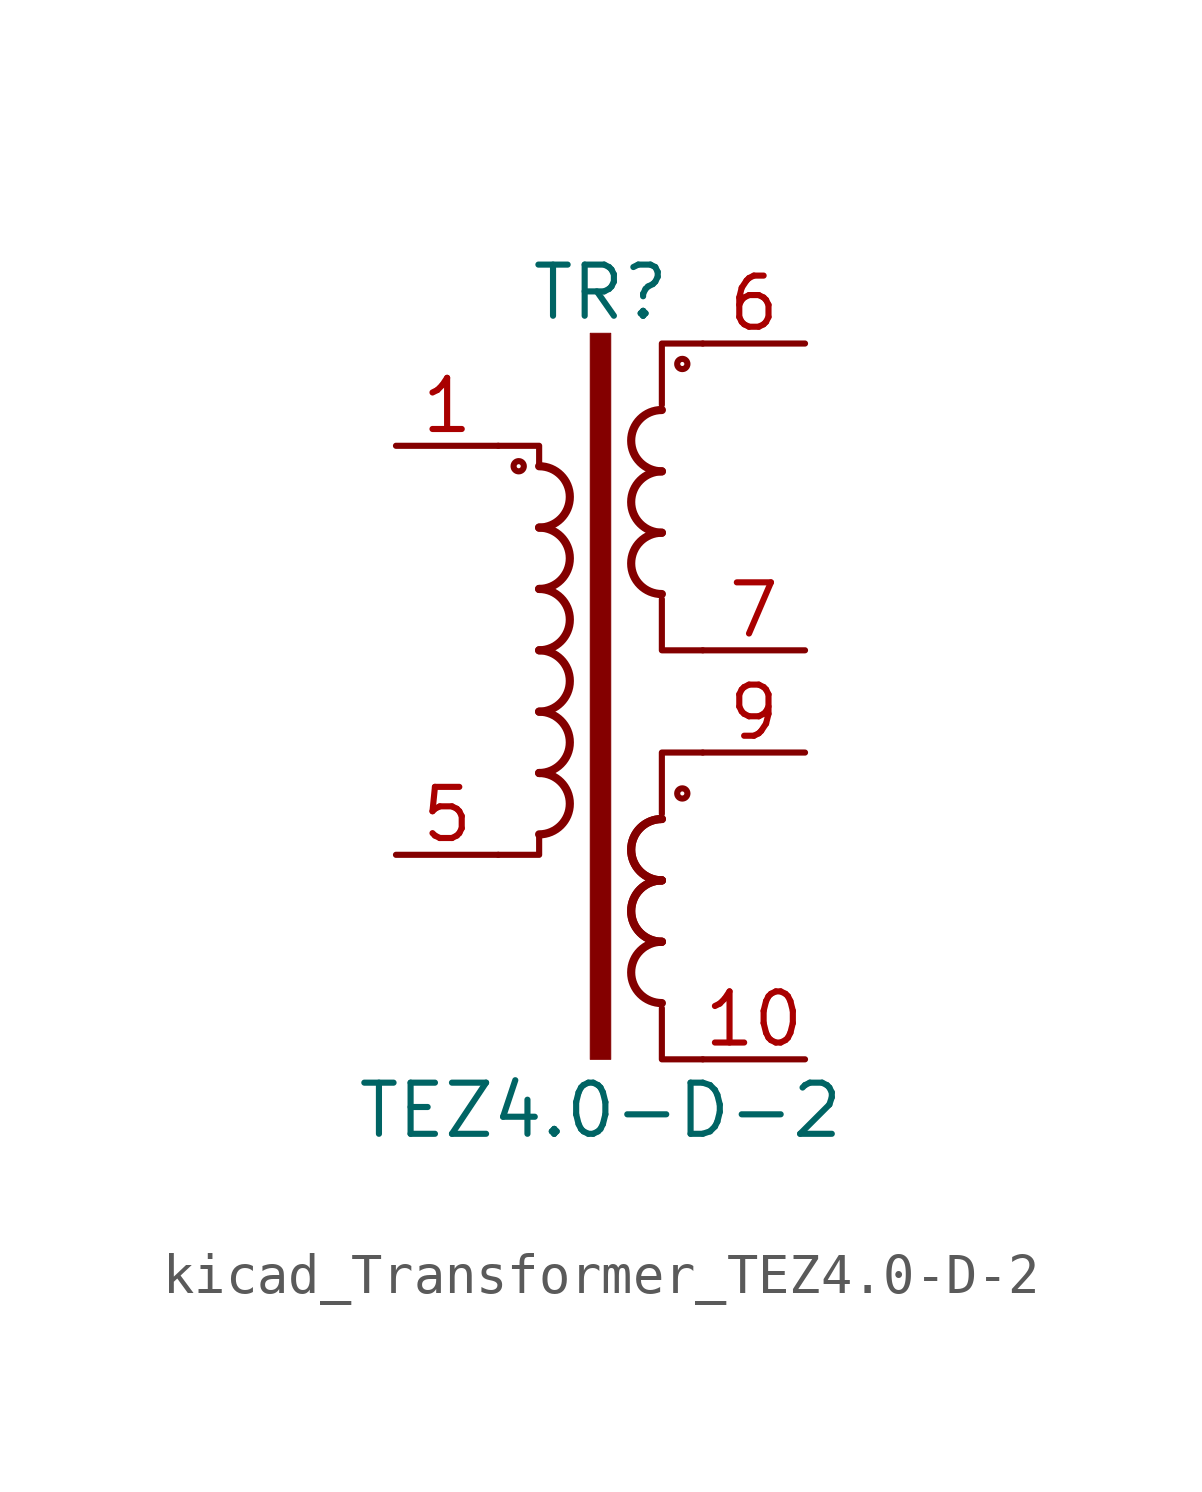
<source format=kicad_sym>
(kicad_symbol_lib
  (version 20220914)
  (generator kicad_symbol_editor)
  (symbol "kicad_Transformer_TEZ4.0-D-2"
    (pin_names
      (offset 0.025))
    (property "Reference" "TR"
      (at 0 8.89 0)
      (effects (font (size 1.27 1.27))))
    (property "Value" "TEZ4.0-D-2"
      (at 0 -11.43 0)
      (effects (font (size 1.27 1.27))))
    (symbol "kicad_Transformer_TEZ4.0-D-2_0_1"
      (circle (center -2.032 4.572) (radius 0.127) (stroke (width 0) (type default)) (fill (type none)))
      (arc (start -1.524 -4.572) (mid -0.7653 -3.81) (end -1.524 -3.048) (stroke (width 0.2032) (type default)) (fill (type none)))
      (arc (start -1.524 -3.048) (mid -0.7653 -2.286) (end -1.524 -1.524) (stroke (width 0.2032) (type default)) (fill (type none)))
      (arc (start -1.524 -1.524) (mid -0.7653 -0.762) (end -1.524 0) (stroke (width 0.2032) (type default)) (fill (type none)))
      (arc (start -1.524 0) (mid -0.7653 0.762) (end -1.524 1.524) (stroke (width 0.2032) (type default)) (fill (type none)))
      (arc (start -1.524 1.524) (mid -0.7653 2.286) (end -1.524 3.048) (stroke (width 0.2032) (type default)) (fill (type none)))
      (arc (start -1.524 3.048) (mid -0.7653 3.81) (end -1.524 4.572) (stroke (width 0.2032) (type default)) (fill (type none)))
      (rectangle (start -0.254 7.874) (end 0.254 -10.16) (stroke (width 0.025) (type default)) (fill (type outline)))
      (polyline (pts (xy -1.524 -4.572) (xy -1.524 -5.08) (xy -2.54 -5.08)) (stroke (width 0) (type default)) (fill (type none)))
      (polyline (pts (xy -1.524 4.572) (xy -1.524 5.08) (xy -2.54 5.08)) (stroke (width 0) (type default)) (fill (type none)))
      (polyline (pts (xy 1.524 -8.89) (xy 1.524 -10.16) (xy 2.54 -10.16)) (stroke (width 0) (type default)) (fill (type none)))
      (polyline (pts (xy 2.54 -2.54) (xy 1.524 -2.54) (xy 1.524 -4.064)) (stroke (width 0) (type default)) (fill (type none)))
      (polyline (pts (xy 2.54 0) (xy 1.524 0) (xy 1.524 1.27)) (stroke (width 0) (type default)) (fill (type none)))
      (polyline (pts (xy 2.54 7.62) (xy 1.524 7.62) (xy 1.524 6.096)) (stroke (width 0) (type default)) (fill (type none)))
      (arc (start 1.524 -7.239) (mid 0.7653 -8.001) (end 1.524 -8.763) (stroke (width 0.2032) (type default)) (fill (type none)))
      (arc (start 1.524 -5.715) (mid 0.7653 -6.477) (end 1.524 -7.239) (stroke (width 0.2032) (type default)) (fill (type none)))
      (arc (start 1.524 -5.715) (mid 0.7653 -6.477) (end 1.524 -7.239) (stroke (width 0.2032) (type default)) (fill (type none)))
      (arc (start 1.524 -4.191) (mid 0.7653 -4.953) (end 1.524 -5.715) (stroke (width 0.2032) (type default)) (fill (type none)))
      (arc (start 1.524 -4.191) (mid 0.7653 -4.953) (end 1.524 -5.715) (stroke (width 0.2032) (type default)) (fill (type none)))
      (arc (start 1.524 2.921) (mid 0.7653 2.159) (end 1.524 1.397) (stroke (width 0.2032) (type default)) (fill (type none)))
      (arc (start 1.524 4.445) (mid 0.7653 3.683) (end 1.524 2.921) (stroke (width 0.2032) (type default)) (fill (type none)))
      (arc (start 1.524 5.969) (mid 0.7653 5.207) (end 1.524 4.445) (stroke (width 0.2032) (type default)) (fill (type none)))
      (circle (center 2.032 -3.556) (radius 0.127) (stroke (width 0) (type default)) (fill (type none)))
      (circle (center 2.032 7.112) (radius 0.127) (stroke (width 0) (type default)) (fill (type none))))
    (symbol "kicad_Transformer_TEZ4.0-D-2_1_1"
      (pin passive line (at -5.08 5.08 0) (length 2.54) (name "~" (effects (font (size 1.27 1.27)))) (number "1" (effects (font (size 1.27 1.27)))))
      (pin passive line (at 5.08 -10.16 180) (length 2.54) (name "~" (effects (font (size 1.27 1.27)))) (number "10" (effects (font (size 1.27 1.27)))))
      (pin passive line (at -5.08 -5.08 0) (length 2.54) (name "~" (effects (font (size 1.27 1.27)))) (number "5" (effects (font (size 1.27 1.27)))))
      (pin passive line (at 5.08 7.62 180) (length 2.54) (name "~" (effects (font (size 1.27 1.27)))) (number "6" (effects (font (size 1.27 1.27)))))
      (pin passive line (at 5.08 0 180) (length 2.54) (name "~" (effects (font (size 1.27 1.27)))) (number "7" (effects (font (size 1.27 1.27)))))
      (pin passive line (at 5.08 -2.54 180) (length 2.54) (name "~" (effects (font (size 1.27 1.27)))) (number "9" (effects (font (size 1.27 1.27))))))))
</source>
